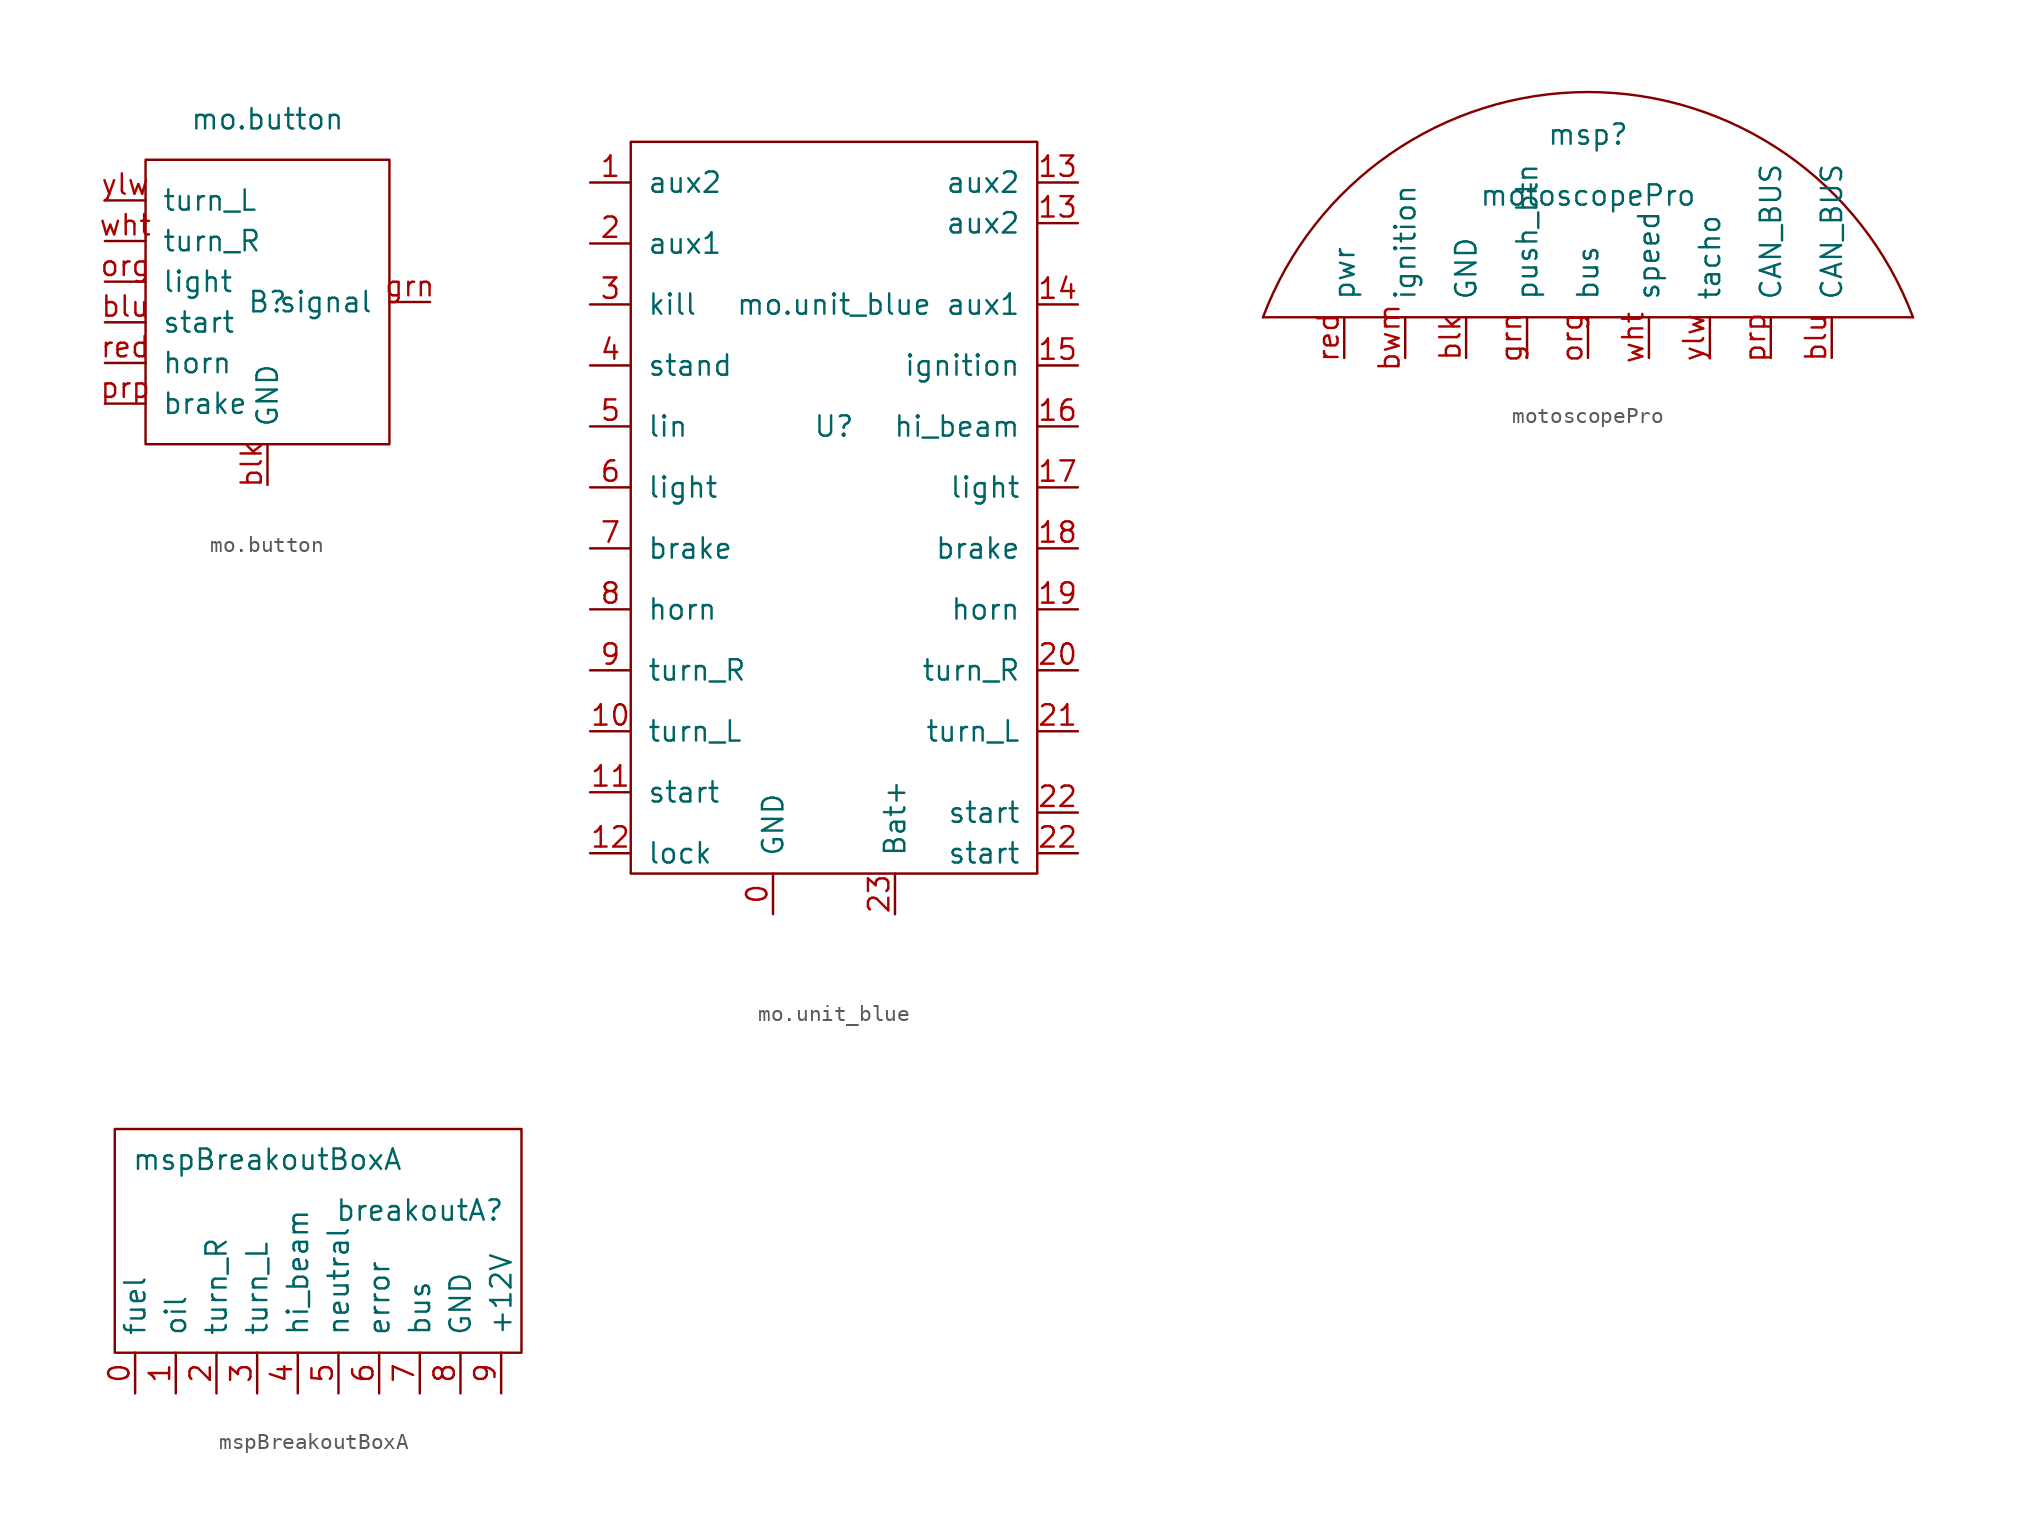
<source format=kicad_sym>
(kicad_symbol_lib
  (version 20211014)
  (generator kicad_symbol_editor)
  (symbol "mo.button"
    (pin_names
      (offset 1.016))
    (property "Reference" "B"
      (at 0 0 0)
      (effects (font (size 1.27 1.27))))
    (property "Value" "mo.button"
      (at 0 11.43 0)
      (effects (font (size 1.27 1.27))))
    (symbol "mo.button_0_1"
      (rectangle (start -7.62 8.89) (end 7.62 -8.89) (stroke (width 0) (type default) (color 0 0 0 0)) (fill (type none))))
    (symbol "mo.button_1_1"
      (pin output line (at 0 -11.43 90) (length 2.54) (name "GND" (effects (font (size 1.27 1.27)))) (number "blk" (effects (font (size 1.27 1.27)))))
      (pin input line (at -10.16 -1.27 0) (length 2.54) (name "start" (effects (font (size 1.27 1.27)))) (number "blu" (effects (font (size 1.27 1.27)))))
      (pin output line (at 10.16 0 180) (length 2.54) (name "signal" (effects (font (size 1.27 1.27)))) (number "grn" (effects (font (size 1.27 1.27)))))
      (pin input line (at -10.16 1.27 0) (length 2.54) (name "light" (effects (font (size 1.27 1.27)))) (number "org" (effects (font (size 1.27 1.27)))))
      (pin input line (at -10.16 -6.35 0) (length 2.54) (name "brake" (effects (font (size 1.27 1.27)))) (number "prp" (effects (font (size 1.27 1.27)))))
      (pin input line (at -10.16 -3.81 0) (length 2.54) (name "horn" (effects (font (size 1.27 1.27)))) (number "red" (effects (font (size 1.27 1.27)))))
      (pin input line (at -10.16 3.81 0) (length 2.54) (name "turn_R" (effects (font (size 1.27 1.27)))) (number "wht" (effects (font (size 1.27 1.27)))))
      (pin input line (at -10.16 6.35 0) (length 2.54) (name "turn_L" (effects (font (size 1.27 1.27)))) (number "ylw" (effects (font (size 1.27 1.27)))))))
  (symbol "mo.unit_blue"
    (pin_names
      (offset 1.016))
    (property "Reference" "U"
      (at 0 16.51 0)
      (effects (font (size 1.27 1.27))))
    (property "Value" "mo.unit_blue"
      (at 0 24.13 0)
      (effects (font (size 1.27 1.27))))
    (symbol "mo.unit_blue_0_1"
      (rectangle (start -12.7 34.29) (end 12.7 -11.43) (stroke (width 0) (type default) (color 0 0 0 0)) (fill (type none))))
    (symbol "mo.unit_blue_1_1"
      (pin power_out line (at -3.81 -13.97 90) (length 2.54) (name "GND" (effects (font (size 1.27 1.27)))) (number "0" (effects (font (size 1.27 1.27)))))
      (pin input line (at -15.24 31.75 0) (length 2.54) (name "aux2" (effects (font (size 1.27 1.27)))) (number "1" (effects (font (size 1.27 1.27)))))
      (pin input line (at -15.24 -2.54 0) (length 2.54) (name "turn_L" (effects (font (size 1.27 1.27)))) (number "10" (effects (font (size 1.27 1.27)))))
      (pin input line (at -15.24 -6.35 0) (length 2.54) (name "start" (effects (font (size 1.27 1.27)))) (number "11" (effects (font (size 1.27 1.27)))))
      (pin input line (at -15.24 -10.16 0) (length 2.54) (name "lock" (effects (font (size 1.27 1.27)))) (number "12" (effects (font (size 1.27 1.27)))))
      (pin output line (at 15.24 29.21 180) (length 2.54) (name "aux2" (effects (font (size 1.27 1.27)))) (number "13" (effects (font (size 1.27 1.27)))))
      (pin output line (at 15.24 31.75 180) (length 2.54) (name "aux2" (effects (font (size 1.27 1.27)))) (number "13" (effects (font (size 1.27 1.27)))))
      (pin output line (at 15.24 24.13 180) (length 2.54) (name "aux1" (effects (font (size 1.27 1.27)))) (number "14" (effects (font (size 1.27 1.27)))))
      (pin output line (at 15.24 20.32 180) (length 2.54) (name "ignition" (effects (font (size 1.27 1.27)))) (number "15" (effects (font (size 1.27 1.27)))))
      (pin output line (at 15.24 16.51 180) (length 2.54) (name "hi_beam" (effects (font (size 1.27 1.27)))) (number "16" (effects (font (size 1.27 1.27)))))
      (pin output line (at 15.24 12.7 180) (length 2.54) (name "light" (effects (font (size 1.27 1.27)))) (number "17" (effects (font (size 1.27 1.27)))))
      (pin output line (at 15.24 8.89 180) (length 2.54) (name "brake" (effects (font (size 1.27 1.27)))) (number "18" (effects (font (size 1.27 1.27)))))
      (pin output line (at 15.24 5.08 180) (length 2.54) (name "horn" (effects (font (size 1.27 1.27)))) (number "19" (effects (font (size 1.27 1.27)))))
      (pin input line (at -15.24 27.94 0) (length 2.54) (name "aux1" (effects (font (size 1.27 1.27)))) (number "2" (effects (font (size 1.27 1.27)))))
      (pin output line (at 15.24 1.27 180) (length 2.54) (name "turn_R" (effects (font (size 1.27 1.27)))) (number "20" (effects (font (size 1.27 1.27)))))
      (pin output line (at 15.24 -2.54 180) (length 2.54) (name "turn_L" (effects (font (size 1.27 1.27)))) (number "21" (effects (font (size 1.27 1.27)))))
      (pin output line (at 15.24 -10.16 180) (length 2.54) (name "start" (effects (font (size 1.27 1.27)))) (number "22" (effects (font (size 1.27 1.27)))))
      (pin output line (at 15.24 -7.62 180) (length 2.54) (name "start" (effects (font (size 1.27 1.27)))) (number "22" (effects (font (size 1.27 1.27)))))
      (pin power_in line (at 3.81 -13.97 90) (length 2.54) (name "Bat+" (effects (font (size 1.27 1.27)))) (number "23" (effects (font (size 1.27 1.27)))))
      (pin input line (at -15.24 24.13 0) (length 2.54) (name "kill" (effects (font (size 1.27 1.27)))) (number "3" (effects (font (size 1.27 1.27)))))
      (pin input line (at -15.24 20.32 0) (length 2.54) (name "stand" (effects (font (size 1.27 1.27)))) (number "4" (effects (font (size 1.27 1.27)))))
      (pin input line (at -15.24 16.51 0) (length 2.54) (name "lin" (effects (font (size 1.27 1.27)))) (number "5" (effects (font (size 1.27 1.27)))))
      (pin input line (at -15.24 12.7 0) (length 2.54) (name "light" (effects (font (size 1.27 1.27)))) (number "6" (effects (font (size 1.27 1.27)))))
      (pin input line (at -15.24 8.89 0) (length 2.54) (name "brake" (effects (font (size 1.27 1.27)))) (number "7" (effects (font (size 1.27 1.27)))))
      (pin input line (at -15.24 5.08 0) (length 2.54) (name "horn" (effects (font (size 1.27 1.27)))) (number "8" (effects (font (size 1.27 1.27)))))
      (pin input line (at -15.24 1.27 0) (length 2.54) (name "turn_R" (effects (font (size 1.27 1.27)))) (number "9" (effects (font (size 1.27 1.27)))))))
  (symbol "motoscopePro"
    (pin_names
      (offset 1.016))
    (property "Reference" "msp"
      (at 0 11.43 0)
      (effects (font (size 1.27 1.27))))
    (property "Value" "motoscopePro"
      (at 0 7.62 0)
      (effects (font (size 1.27 1.27))))
    (symbol "motoscopePro_0_1"
      (polyline (pts (xy -20.32 0) (xy 20.32 0)) (stroke (width 0) (type default) (color 0 0 0 0)) (fill (type none)))
      (arc (start 20.32 0) (mid 0 14.0818) (end -20.32 0) (stroke (width 0) (type default) (color 0 0 0 0)) (fill (type none))))
    (symbol "motoscopePro_1_1"
      (pin output line (at -7.62 -2.54 90) (length 2.54) (name "GND" (effects (font (size 1.27 1.27)))) (number "blk" (effects (font (size 1.27 1.27)))))
      (pin input line (at 15.24 -2.54 90) (length 2.54) (name "CAN_BUS" (effects (font (size 1.27 1.27)))) (number "blu" (effects (font (size 1.27 1.27)))))
      (pin input line (at -11.43 -2.54 90) (length 2.54) (name "ignition" (effects (font (size 1.27 1.27)))) (number "bwm" (effects (font (size 1.27 1.27)))))
      (pin input line (at -3.81 -2.54 90) (length 2.54) (name "push_btn" (effects (font (size 1.27 1.27)))) (number "grn" (effects (font (size 1.27 1.27)))))
      (pin input line (at 0 -2.54 90) (length 2.54) (name "bus" (effects (font (size 1.27 1.27)))) (number "org" (effects (font (size 1.27 1.27)))))
      (pin input line (at 11.43 -2.54 90) (length 2.54) (name "CAN_BUS" (effects (font (size 1.27 1.27)))) (number "prp" (effects (font (size 1.27 1.27)))))
      (pin input line (at -15.24 -2.54 90) (length 2.54) (name "pwr" (effects (font (size 1.27 1.27)))) (number "red" (effects (font (size 1.27 1.27)))))
      (pin input line (at 3.81 -2.54 90) (length 2.54) (name "speed" (effects (font (size 1.27 1.27)))) (number "wht" (effects (font (size 1.27 1.27)))))
      (pin input line (at 7.62 -2.54 90) (length 2.54) (name "tacho" (effects (font (size 1.27 1.27)))) (number "ylw" (effects (font (size 1.27 1.27)))))))
  (symbol "mspBreakoutBoxA"
    (pin_names
      (offset 1.016))
    (property "Reference" "breakoutA"
      (at 6.35 2.54 0)
      (effects (font (size 1.27 1.27))))
    (property "Value" "mspBreakoutBoxA"
      (at -3.175 5.715 0)
      (effects (font (size 1.27 1.27))))
    (symbol "mspBreakoutBoxA_0_1"
      (rectangle (start -12.7 -6.35) (end 12.7 7.62) (stroke (width 0) (type default) (color 0 0 0 0)) (fill (type none))))
    (symbol "mspBreakoutBoxA_1_1"
      (pin input line (at -11.43 -8.89 90) (length 2.54) (name "fuel" (effects (font (size 1.27 1.27)))) (number "0" (effects (font (size 1.27 1.27)))))
      (pin input line (at -8.89 -8.89 90) (length 2.54) (name "oil" (effects (font (size 1.27 1.27)))) (number "1" (effects (font (size 1.27 1.27)))))
      (pin input line (at -6.35 -8.89 90) (length 2.54) (name "turn_R" (effects (font (size 1.27 1.27)))) (number "2" (effects (font (size 1.27 1.27)))))
      (pin input line (at -3.81 -8.89 90) (length 2.54) (name "turn_L" (effects (font (size 1.27 1.27)))) (number "3" (effects (font (size 1.27 1.27)))))
      (pin input line (at -1.27 -8.89 90) (length 2.54) (name "hi_beam" (effects (font (size 1.27 1.27)))) (number "4" (effects (font (size 1.27 1.27)))))
      (pin input line (at 1.27 -8.89 90) (length 2.54) (name "neutral" (effects (font (size 1.27 1.27)))) (number "5" (effects (font (size 1.27 1.27)))))
      (pin input line (at 3.81 -8.89 90) (length 2.54) (name "error" (effects (font (size 1.27 1.27)))) (number "6" (effects (font (size 1.27 1.27)))))
      (pin output line (at 6.35 -8.89 90) (length 2.54) (name "bus" (effects (font (size 1.27 1.27)))) (number "7" (effects (font (size 1.27 1.27)))))
      (pin power_out line (at 8.89 -8.89 90) (length 2.54) (name "GND" (effects (font (size 1.27 1.27)))) (number "8" (effects (font (size 1.27 1.27)))))
      (pin power_in line (at 11.43 -8.89 90) (length 2.54) (name "+12V" (effects (font (size 1.27 1.27)))) (number "9" (effects (font (size 1.27 1.27))))))))
</source>
